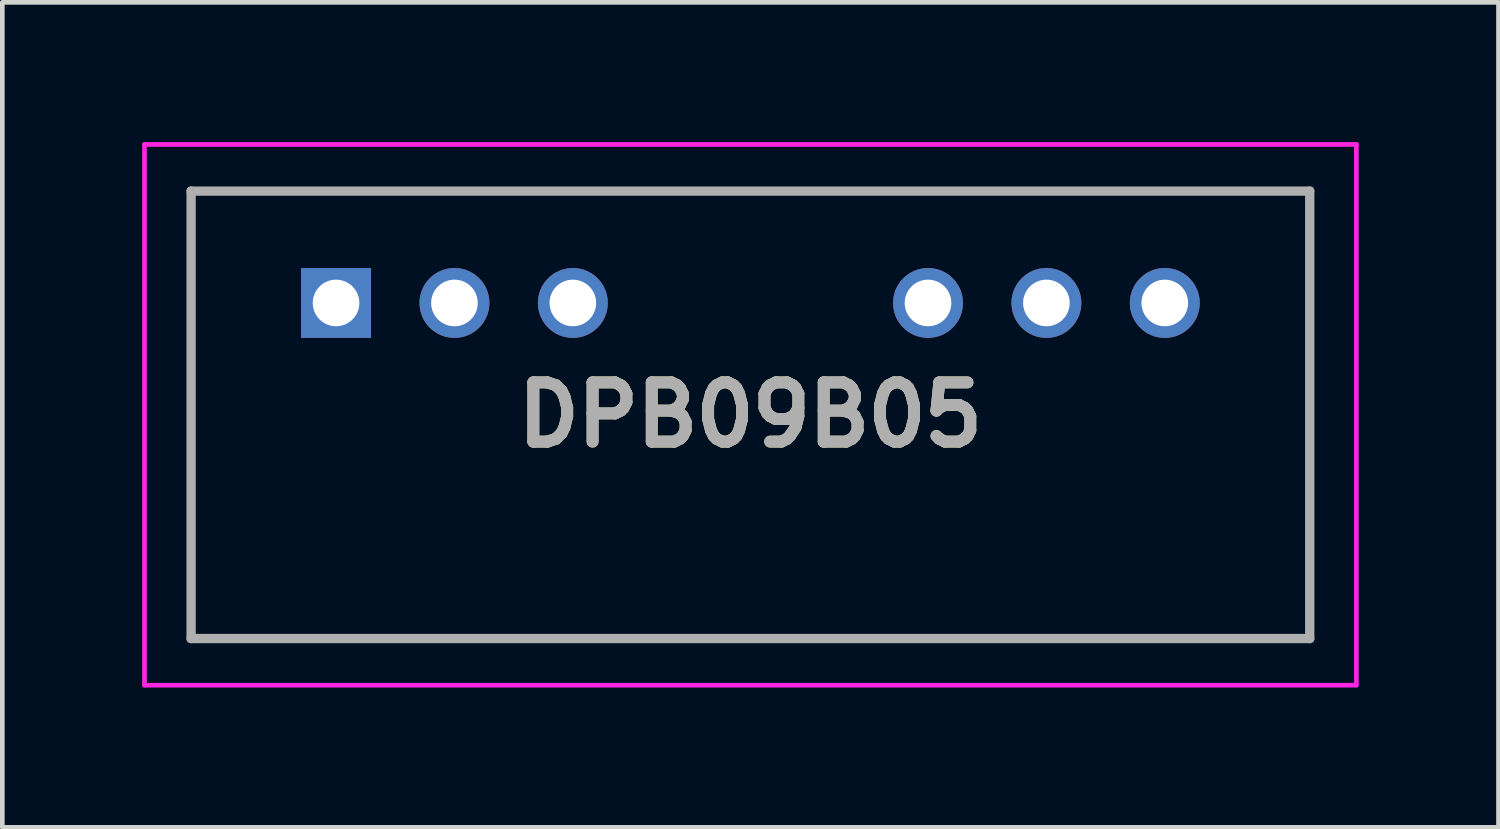
<source format=kicad_pcb>
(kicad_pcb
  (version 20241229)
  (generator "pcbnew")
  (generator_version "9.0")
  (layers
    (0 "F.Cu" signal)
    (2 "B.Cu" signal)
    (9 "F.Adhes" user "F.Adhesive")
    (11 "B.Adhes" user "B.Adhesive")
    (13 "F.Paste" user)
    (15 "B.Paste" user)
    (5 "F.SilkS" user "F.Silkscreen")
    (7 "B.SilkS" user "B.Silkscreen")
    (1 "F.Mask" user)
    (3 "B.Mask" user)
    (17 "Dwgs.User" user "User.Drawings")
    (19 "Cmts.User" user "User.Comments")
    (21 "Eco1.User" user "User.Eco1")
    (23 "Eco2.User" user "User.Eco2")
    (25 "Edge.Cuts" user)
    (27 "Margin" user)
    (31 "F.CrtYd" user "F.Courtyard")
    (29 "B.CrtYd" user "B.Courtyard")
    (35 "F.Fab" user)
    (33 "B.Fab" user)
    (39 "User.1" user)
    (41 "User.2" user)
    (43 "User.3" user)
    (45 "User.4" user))
  (footprint "DPB09B05"
    (layer "F.Cu")
    (at 4.16 3.45)
    (property "Reference" "DPB09B05" (at 8.89 2.4 0) (layer "F.SilkS") (effects (font (size 1.27 1.27) (thickness 0.254))))
    (attr through_hole)
    (fp_line (start -3.11 -2.4) (end 20.89 -2.4) (stroke (width 0.1) (type solid)) (layer "F.SilkS"))
    (fp_line (start -3.11 7.2) (end -3.11 -2.4) (stroke (width 0.1) (type solid)) (layer "F.SilkS"))
    (fp_line (start 20.89 -2.4) (end 20.89 7.2) (stroke (width 0.1) (type solid)) (layer "F.SilkS"))
    (fp_line (start 20.89 7.2) (end -3.11 7.2) (stroke (width 0.1) (type solid)) (layer "F.SilkS"))
    (fp_line (start -4.11 -3.4) (end 21.89 -3.4) (stroke (width 0.1) (type solid)) (layer "F.CrtYd"))
    (fp_line (start -4.11 8.2) (end -4.11 -3.4) (stroke (width 0.1) (type solid)) (layer "F.CrtYd"))
    (fp_line (start 21.89 -3.4) (end 21.89 8.2) (stroke (width 0.1) (type solid)) (layer "F.CrtYd"))
    (fp_line (start 21.89 8.2) (end -4.11 8.2) (stroke (width 0.1) (type solid)) (layer "F.CrtYd"))
    (fp_line (start -3.11 -2.4) (end 20.89 -2.4) (stroke (width 0.2) (type solid)) (layer "F.Fab"))
    (fp_line (start -3.11 7.2) (end -3.11 -2.4) (stroke (width 0.2) (type solid)) (layer "F.Fab"))
    (fp_line (start 20.89 -2.4) (end 20.89 7.2) (stroke (width 0.2) (type solid)) (layer "F.Fab"))
    (fp_line (start 20.89 7.2) (end -3.11 7.2) (stroke (width 0.2) (type solid)) (layer "F.Fab"))
    (fp_text user "${REFERENCE}" (at 8.89 2.4 0) (layer "F.Fab") (effects (font (size 1.27 1.27) (thickness 0.254))))
    (pad "1" thru_hole rect (at 0 0) (size 1.5 1.5) (drill 1) (layers "*.Cu" "*.Mask"))
    (pad "2" thru_hole circle (at 2.54 0) (size 1.5 1.5) (drill 1) (layers "*.Cu" "*.Mask"))
    (pad "3" thru_hole circle (at 5.08 0) (size 1.5 1.5) (drill 1) (layers "*.Cu" "*.Mask"))
    (pad "6" thru_hole circle (at 12.7 0) (size 1.5 1.5) (drill 1) (layers "*.Cu" "*.Mask"))
    (pad "7" thru_hole circle (at 15.24 0) (size 1.5 1.5) (drill 1) (layers "*.Cu" "*.Mask"))
    (pad "8" thru_hole circle (at 17.78 0) (size 1.5 1.5) (drill 1) (layers "*.Cu" "*.Mask")))
  (gr_rect
    (start -3 -3)
    (end 29.1 14.7)
    (stroke (width 0.1) (type default))
    (fill no)
    (layer "Edge.Cuts")))
</source>
